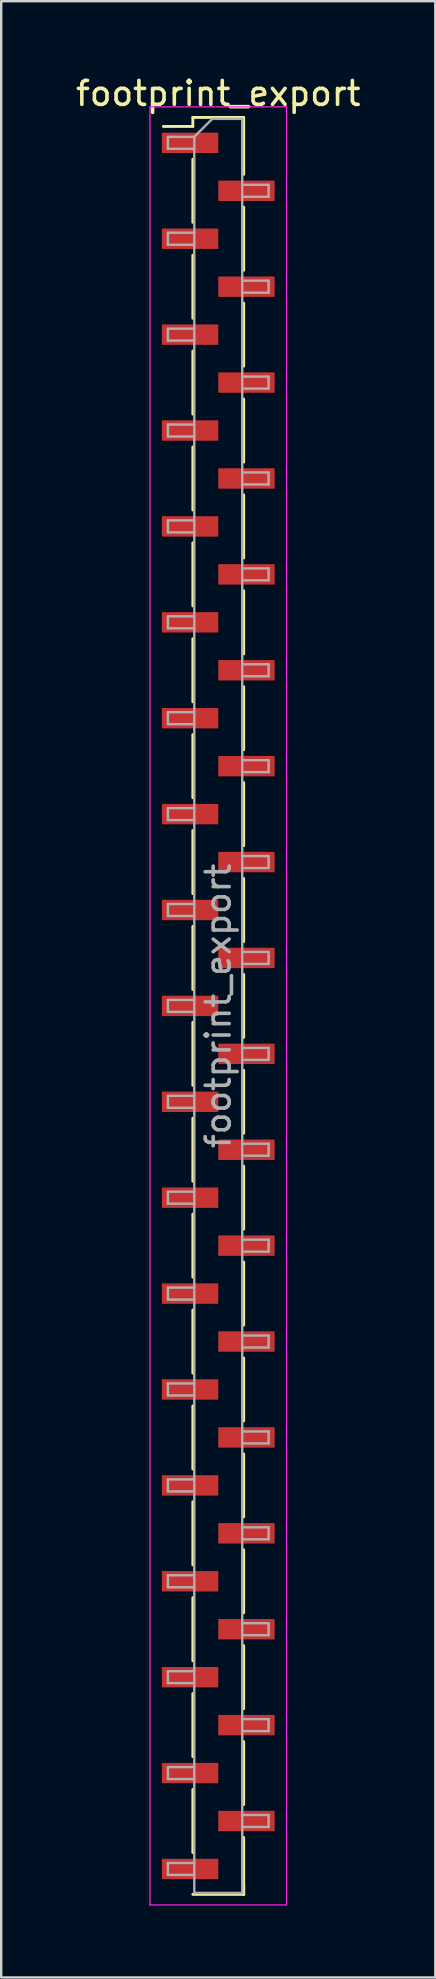
<source format=kicad_pcb>
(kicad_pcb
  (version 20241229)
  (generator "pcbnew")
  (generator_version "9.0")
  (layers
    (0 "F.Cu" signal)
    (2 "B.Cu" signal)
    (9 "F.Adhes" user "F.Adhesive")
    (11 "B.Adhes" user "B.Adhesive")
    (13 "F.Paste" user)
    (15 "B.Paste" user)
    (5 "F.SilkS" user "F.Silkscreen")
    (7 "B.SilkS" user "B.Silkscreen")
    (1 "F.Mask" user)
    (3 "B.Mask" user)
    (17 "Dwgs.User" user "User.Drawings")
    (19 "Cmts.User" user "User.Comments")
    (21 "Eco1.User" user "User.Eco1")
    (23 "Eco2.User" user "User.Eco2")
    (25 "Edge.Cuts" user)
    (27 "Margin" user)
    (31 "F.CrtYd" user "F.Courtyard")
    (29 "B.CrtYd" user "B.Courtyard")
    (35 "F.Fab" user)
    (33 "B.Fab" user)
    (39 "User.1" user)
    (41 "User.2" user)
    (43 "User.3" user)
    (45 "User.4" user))
  (footprint "footprint_export"
    (layer "F.Cu")
    (at 6.054 38.908)
    (property "Reference" "footprint_export" (at 0 -38.06 0) (layer "F.SilkS") (effects (font (size 1 1) (thickness 0.15))))
    (attr smd)
    (fp_line (start -1.06 -37.06) (end -1.06 -36.685) (stroke (width 0.12) (type solid)) (layer "F.SilkS"))
    (fp_line (start -1.06 -37.06) (end 1.06 -37.06) (stroke (width 0.12) (type solid)) (layer "F.SilkS"))
    (fp_line (start -1.06 -36.685) (end -2.29 -36.685) (stroke (width 0.12) (type solid)) (layer "F.SilkS"))
    (fp_line (start -1.06 -35.315) (end -1.06 -32.685) (stroke (width 0.12) (type solid)) (layer "F.SilkS"))
    (fp_line (start -1.06 -31.315) (end -1.06 -28.685) (stroke (width 0.12) (type solid)) (layer "F.SilkS"))
    (fp_line (start -1.06 -27.315) (end -1.06 -24.685) (stroke (width 0.12) (type solid)) (layer "F.SilkS"))
    (fp_line (start -1.06 -23.315) (end -1.06 -20.685) (stroke (width 0.12) (type solid)) (layer "F.SilkS"))
    (fp_line (start -1.06 -19.315) (end -1.06 -16.685) (stroke (width 0.12) (type solid)) (layer "F.SilkS"))
    (fp_line (start -1.06 -15.315) (end -1.06 -12.685) (stroke (width 0.12) (type solid)) (layer "F.SilkS"))
    (fp_line (start -1.06 -11.315) (end -1.06 -8.685) (stroke (width 0.12) (type solid)) (layer "F.SilkS"))
    (fp_line (start -1.06 -7.315) (end -1.06 -4.685) (stroke (width 0.12) (type solid)) (layer "F.SilkS"))
    (fp_line (start -1.06 -3.315) (end -1.06 -0.685) (stroke (width 0.12) (type solid)) (layer "F.SilkS"))
    (fp_line (start -1.06 0.685) (end -1.06 3.315) (stroke (width 0.12) (type solid)) (layer "F.SilkS"))
    (fp_line (start -1.06 4.685) (end -1.06 7.315) (stroke (width 0.12) (type solid)) (layer "F.SilkS"))
    (fp_line (start -1.06 8.685) (end -1.06 11.315) (stroke (width 0.12) (type solid)) (layer "F.SilkS"))
    (fp_line (start -1.06 12.685) (end -1.06 15.315) (stroke (width 0.12) (type solid)) (layer "F.SilkS"))
    (fp_line (start -1.06 16.685) (end -1.06 19.315) (stroke (width 0.12) (type solid)) (layer "F.SilkS"))
    (fp_line (start -1.06 20.685) (end -1.06 23.315) (stroke (width 0.12) (type solid)) (layer "F.SilkS"))
    (fp_line (start -1.06 24.685) (end -1.06 27.315) (stroke (width 0.12) (type solid)) (layer "F.SilkS"))
    (fp_line (start -1.06 28.685) (end -1.06 31.315) (stroke (width 0.12) (type solid)) (layer "F.SilkS"))
    (fp_line (start -1.06 32.685) (end -1.06 35.315) (stroke (width 0.12) (type solid)) (layer "F.SilkS"))
    (fp_line (start -1.06 37.06) (end 1.06 37.06) (stroke (width 0.12) (type solid)) (layer "F.SilkS"))
    (fp_line (start 1.06 -37.06) (end 1.06 -34.685) (stroke (width 0.12) (type solid)) (layer "F.SilkS"))
    (fp_line (start 1.06 -33.315) (end 1.06 -30.685) (stroke (width 0.12) (type solid)) (layer "F.SilkS"))
    (fp_line (start 1.06 -29.315) (end 1.06 -26.685) (stroke (width 0.12) (type solid)) (layer "F.SilkS"))
    (fp_line (start 1.06 -25.315) (end 1.06 -22.685) (stroke (width 0.12) (type solid)) (layer "F.SilkS"))
    (fp_line (start 1.06 -21.315) (end 1.06 -18.685) (stroke (width 0.12) (type solid)) (layer "F.SilkS"))
    (fp_line (start 1.06 -17.315) (end 1.06 -14.685) (stroke (width 0.12) (type solid)) (layer "F.SilkS"))
    (fp_line (start 1.06 -13.315) (end 1.06 -10.685) (stroke (width 0.12) (type solid)) (layer "F.SilkS"))
    (fp_line (start 1.06 -9.315) (end 1.06 -6.685) (stroke (width 0.12) (type solid)) (layer "F.SilkS"))
    (fp_line (start 1.06 -5.315) (end 1.06 -2.685) (stroke (width 0.12) (type solid)) (layer "F.SilkS"))
    (fp_line (start 1.06 -1.315) (end 1.06 1.315) (stroke (width 0.12) (type solid)) (layer "F.SilkS"))
    (fp_line (start 1.06 2.685) (end 1.06 5.315) (stroke (width 0.12) (type solid)) (layer "F.SilkS"))
    (fp_line (start 1.06 6.685) (end 1.06 9.315) (stroke (width 0.12) (type solid)) (layer "F.SilkS"))
    (fp_line (start 1.06 10.685) (end 1.06 13.315) (stroke (width 0.12) (type solid)) (layer "F.SilkS"))
    (fp_line (start 1.06 14.685) (end 1.06 17.315) (stroke (width 0.12) (type solid)) (layer "F.SilkS"))
    (fp_line (start 1.06 18.685) (end 1.06 21.315) (stroke (width 0.12) (type solid)) (layer "F.SilkS"))
    (fp_line (start 1.06 22.685) (end 1.06 25.315) (stroke (width 0.12) (type solid)) (layer "F.SilkS"))
    (fp_line (start 1.06 26.685) (end 1.06 29.315) (stroke (width 0.12) (type solid)) (layer "F.SilkS"))
    (fp_line (start 1.06 30.685) (end 1.06 33.315) (stroke (width 0.12) (type solid)) (layer "F.SilkS"))
    (fp_line (start 1.06 34.685) (end 1.06 37.06) (stroke (width 0.12) (type solid)) (layer "F.SilkS"))
    (fp_line (start 1.06 36.685) (end 1.06 37.06) (stroke (width 0.12) (type solid)) (layer "F.SilkS"))
    (fp_line (start -2.85 -37.5) (end -2.85 37.5) (stroke (width 0.05) (type solid)) (layer "F.CrtYd"))
    (fp_line (start -2.85 37.5) (end 2.85 37.5) (stroke (width 0.05) (type solid)) (layer "F.CrtYd"))
    (fp_line (start 2.85 -37.5) (end -2.85 -37.5) (stroke (width 0.05) (type solid)) (layer "F.CrtYd"))
    (fp_line (start 2.85 37.5) (end 2.85 -37.5) (stroke (width 0.05) (type solid)) (layer "F.CrtYd"))
    (fp_line (start -2.1 -36.25) (end -2.1 -35.75) (stroke (width 0.1) (type solid)) (layer "F.Fab"))
    (fp_line (start -2.1 -35.75) (end -1 -35.75) (stroke (width 0.1) (type solid)) (layer "F.Fab"))
    (fp_line (start -2.1 -32.25) (end -2.1 -31.75) (stroke (width 0.1) (type solid)) (layer "F.Fab"))
    (fp_line (start -2.1 -31.75) (end -1 -31.75) (stroke (width 0.1) (type solid)) (layer "F.Fab"))
    (fp_line (start -2.1 -28.25) (end -2.1 -27.75) (stroke (width 0.1) (type solid)) (layer "F.Fab"))
    (fp_line (start -2.1 -27.75) (end -1 -27.75) (stroke (width 0.1) (type solid)) (layer "F.Fab"))
    (fp_line (start -2.1 -24.25) (end -2.1 -23.75) (stroke (width 0.1) (type solid)) (layer "F.Fab"))
    (fp_line (start -2.1 -23.75) (end -1 -23.75) (stroke (width 0.1) (type solid)) (layer "F.Fab"))
    (fp_line (start -2.1 -20.25) (end -2.1 -19.75) (stroke (width 0.1) (type solid)) (layer "F.Fab"))
    (fp_line (start -2.1 -19.75) (end -1 -19.75) (stroke (width 0.1) (type solid)) (layer "F.Fab"))
    (fp_line (start -2.1 -16.25) (end -2.1 -15.75) (stroke (width 0.1) (type solid)) (layer "F.Fab"))
    (fp_line (start -2.1 -15.75) (end -1 -15.75) (stroke (width 0.1) (type solid)) (layer "F.Fab"))
    (fp_line (start -2.1 -12.25) (end -2.1 -11.75) (stroke (width 0.1) (type solid)) (layer "F.Fab"))
    (fp_line (start -2.1 -11.75) (end -1 -11.75) (stroke (width 0.1) (type solid)) (layer "F.Fab"))
    (fp_line (start -2.1 -8.25) (end -2.1 -7.75) (stroke (width 0.1) (type solid)) (layer "F.Fab"))
    (fp_line (start -2.1 -7.75) (end -1 -7.75) (stroke (width 0.1) (type solid)) (layer "F.Fab"))
    (fp_line (start -2.1 -4.25) (end -2.1 -3.75) (stroke (width 0.1) (type solid)) (layer "F.Fab"))
    (fp_line (start -2.1 -3.75) (end -1 -3.75) (stroke (width 0.1) (type solid)) (layer "F.Fab"))
    (fp_line (start -2.1 -0.25) (end -2.1 0.25) (stroke (width 0.1) (type solid)) (layer "F.Fab"))
    (fp_line (start -2.1 0.25) (end -1 0.25) (stroke (width 0.1) (type solid)) (layer "F.Fab"))
    (fp_line (start -2.1 3.75) (end -2.1 4.25) (stroke (width 0.1) (type solid)) (layer "F.Fab"))
    (fp_line (start -2.1 4.25) (end -1 4.25) (stroke (width 0.1) (type solid)) (layer "F.Fab"))
    (fp_line (start -2.1 7.75) (end -2.1 8.25) (stroke (width 0.1) (type solid)) (layer "F.Fab"))
    (fp_line (start -2.1 8.25) (end -1 8.25) (stroke (width 0.1) (type solid)) (layer "F.Fab"))
    (fp_line (start -2.1 11.75) (end -2.1 12.25) (stroke (width 0.1) (type solid)) (layer "F.Fab"))
    (fp_line (start -2.1 12.25) (end -1 12.25) (stroke (width 0.1) (type solid)) (layer "F.Fab"))
    (fp_line (start -2.1 15.75) (end -2.1 16.25) (stroke (width 0.1) (type solid)) (layer "F.Fab"))
    (fp_line (start -2.1 16.25) (end -1 16.25) (stroke (width 0.1) (type solid)) (layer "F.Fab"))
    (fp_line (start -2.1 19.75) (end -2.1 20.25) (stroke (width 0.1) (type solid)) (layer "F.Fab"))
    (fp_line (start -2.1 20.25) (end -1 20.25) (stroke (width 0.1) (type solid)) (layer "F.Fab"))
    (fp_line (start -2.1 23.75) (end -2.1 24.25) (stroke (width 0.1) (type solid)) (layer "F.Fab"))
    (fp_line (start -2.1 24.25) (end -1 24.25) (stroke (width 0.1) (type solid)) (layer "F.Fab"))
    (fp_line (start -2.1 27.75) (end -2.1 28.25) (stroke (width 0.1) (type solid)) (layer "F.Fab"))
    (fp_line (start -2.1 28.25) (end -1 28.25) (stroke (width 0.1) (type solid)) (layer "F.Fab"))
    (fp_line (start -2.1 31.75) (end -2.1 32.25) (stroke (width 0.1) (type solid)) (layer "F.Fab"))
    (fp_line (start -2.1 32.25) (end -1 32.25) (stroke (width 0.1) (type solid)) (layer "F.Fab"))
    (fp_line (start -2.1 35.75) (end -2.1 36.25) (stroke (width 0.1) (type solid)) (layer "F.Fab"))
    (fp_line (start -2.1 36.25) (end -1 36.25) (stroke (width 0.1) (type solid)) (layer "F.Fab"))
    (fp_line (start -1 -36.25) (end -2.1 -36.25) (stroke (width 0.1) (type solid)) (layer "F.Fab"))
    (fp_line (start -1 -36.25) (end -0.25 -37) (stroke (width 0.1) (type solid)) (layer "F.Fab"))
    (fp_line (start -1 -32.25) (end -2.1 -32.25) (stroke (width 0.1) (type solid)) (layer "F.Fab"))
    (fp_line (start -1 -28.25) (end -2.1 -28.25) (stroke (width 0.1) (type solid)) (layer "F.Fab"))
    (fp_line (start -1 -24.25) (end -2.1 -24.25) (stroke (width 0.1) (type solid)) (layer "F.Fab"))
    (fp_line (start -1 -20.25) (end -2.1 -20.25) (stroke (width 0.1) (type solid)) (layer "F.Fab"))
    (fp_line (start -1 -16.25) (end -2.1 -16.25) (stroke (width 0.1) (type solid)) (layer "F.Fab"))
    (fp_line (start -1 -12.25) (end -2.1 -12.25) (stroke (width 0.1) (type solid)) (layer "F.Fab"))
    (fp_line (start -1 -8.25) (end -2.1 -8.25) (stroke (width 0.1) (type solid)) (layer "F.Fab"))
    (fp_line (start -1 -4.25) (end -2.1 -4.25) (stroke (width 0.1) (type solid)) (layer "F.Fab"))
    (fp_line (start -1 -0.25) (end -2.1 -0.25) (stroke (width 0.1) (type solid)) (layer "F.Fab"))
    (fp_line (start -1 3.75) (end -2.1 3.75) (stroke (width 0.1) (type solid)) (layer "F.Fab"))
    (fp_line (start -1 7.75) (end -2.1 7.75) (stroke (width 0.1) (type solid)) (layer "F.Fab"))
    (fp_line (start -1 11.75) (end -2.1 11.75) (stroke (width 0.1) (type solid)) (layer "F.Fab"))
    (fp_line (start -1 15.75) (end -2.1 15.75) (stroke (width 0.1) (type solid)) (layer "F.Fab"))
    (fp_line (start -1 19.75) (end -2.1 19.75) (stroke (width 0.1) (type solid)) (layer "F.Fab"))
    (fp_line (start -1 23.75) (end -2.1 23.75) (stroke (width 0.1) (type solid)) (layer "F.Fab"))
    (fp_line (start -1 27.75) (end -2.1 27.75) (stroke (width 0.1) (type solid)) (layer "F.Fab"))
    (fp_line (start -1 31.75) (end -2.1 31.75) (stroke (width 0.1) (type solid)) (layer "F.Fab"))
    (fp_line (start -1 35.75) (end -2.1 35.75) (stroke (width 0.1) (type solid)) (layer "F.Fab"))
    (fp_line (start -1 37) (end -1 -36.25) (stroke (width 0.1) (type solid)) (layer "F.Fab"))
    (fp_line (start -0.25 -37) (end 1 -37) (stroke (width 0.1) (type solid)) (layer "F.Fab"))
    (fp_line (start 1 -37) (end 1 37) (stroke (width 0.1) (type solid)) (layer "F.Fab"))
    (fp_line (start 1 -34.25) (end 2.1 -34.25) (stroke (width 0.1) (type solid)) (layer "F.Fab"))
    (fp_line (start 1 -30.25) (end 2.1 -30.25) (stroke (width 0.1) (type solid)) (layer "F.Fab"))
    (fp_line (start 1 -26.25) (end 2.1 -26.25) (stroke (width 0.1) (type solid)) (layer "F.Fab"))
    (fp_line (start 1 -22.25) (end 2.1 -22.25) (stroke (width 0.1) (type solid)) (layer "F.Fab"))
    (fp_line (start 1 -18.25) (end 2.1 -18.25) (stroke (width 0.1) (type solid)) (layer "F.Fab"))
    (fp_line (start 1 -14.25) (end 2.1 -14.25) (stroke (width 0.1) (type solid)) (layer "F.Fab"))
    (fp_line (start 1 -10.25) (end 2.1 -10.25) (stroke (width 0.1) (type solid)) (layer "F.Fab"))
    (fp_line (start 1 -6.25) (end 2.1 -6.25) (stroke (width 0.1) (type solid)) (layer "F.Fab"))
    (fp_line (start 1 -2.25) (end 2.1 -2.25) (stroke (width 0.1) (type solid)) (layer "F.Fab"))
    (fp_line (start 1 1.75) (end 2.1 1.75) (stroke (width 0.1) (type solid)) (layer "F.Fab"))
    (fp_line (start 1 5.75) (end 2.1 5.75) (stroke (width 0.1) (type solid)) (layer "F.Fab"))
    (fp_line (start 1 9.75) (end 2.1 9.75) (stroke (width 0.1) (type solid)) (layer "F.Fab"))
    (fp_line (start 1 13.75) (end 2.1 13.75) (stroke (width 0.1) (type solid)) (layer "F.Fab"))
    (fp_line (start 1 17.75) (end 2.1 17.75) (stroke (width 0.1) (type solid)) (layer "F.Fab"))
    (fp_line (start 1 21.75) (end 2.1 21.75) (stroke (width 0.1) (type solid)) (layer "F.Fab"))
    (fp_line (start 1 25.75) (end 2.1 25.75) (stroke (width 0.1) (type solid)) (layer "F.Fab"))
    (fp_line (start 1 29.75) (end 2.1 29.75) (stroke (width 0.1) (type solid)) (layer "F.Fab"))
    (fp_line (start 1 33.75) (end 2.1 33.75) (stroke (width 0.1) (type solid)) (layer "F.Fab"))
    (fp_line (start 1 37) (end -1 37) (stroke (width 0.1) (type solid)) (layer "F.Fab"))
    (fp_line (start 2.1 -34.25) (end 2.1 -33.75) (stroke (width 0.1) (type solid)) (layer "F.Fab"))
    (fp_line (start 2.1 -33.75) (end 1 -33.75) (stroke (width 0.1) (type solid)) (layer "F.Fab"))
    (fp_line (start 2.1 -30.25) (end 2.1 -29.75) (stroke (width 0.1) (type solid)) (layer "F.Fab"))
    (fp_line (start 2.1 -29.75) (end 1 -29.75) (stroke (width 0.1) (type solid)) (layer "F.Fab"))
    (fp_line (start 2.1 -26.25) (end 2.1 -25.75) (stroke (width 0.1) (type solid)) (layer "F.Fab"))
    (fp_line (start 2.1 -25.75) (end 1 -25.75) (stroke (width 0.1) (type solid)) (layer "F.Fab"))
    (fp_line (start 2.1 -22.25) (end 2.1 -21.75) (stroke (width 0.1) (type solid)) (layer "F.Fab"))
    (fp_line (start 2.1 -21.75) (end 1 -21.75) (stroke (width 0.1) (type solid)) (layer "F.Fab"))
    (fp_line (start 2.1 -18.25) (end 2.1 -17.75) (stroke (width 0.1) (type solid)) (layer "F.Fab"))
    (fp_line (start 2.1 -17.75) (end 1 -17.75) (stroke (width 0.1) (type solid)) (layer "F.Fab"))
    (fp_line (start 2.1 -14.25) (end 2.1 -13.75) (stroke (width 0.1) (type solid)) (layer "F.Fab"))
    (fp_line (start 2.1 -13.75) (end 1 -13.75) (stroke (width 0.1) (type solid)) (layer "F.Fab"))
    (fp_line (start 2.1 -10.25) (end 2.1 -9.75) (stroke (width 0.1) (type solid)) (layer "F.Fab"))
    (fp_line (start 2.1 -9.75) (end 1 -9.75) (stroke (width 0.1) (type solid)) (layer "F.Fab"))
    (fp_line (start 2.1 -6.25) (end 2.1 -5.75) (stroke (width 0.1) (type solid)) (layer "F.Fab"))
    (fp_line (start 2.1 -5.75) (end 1 -5.75) (stroke (width 0.1) (type solid)) (layer "F.Fab"))
    (fp_line (start 2.1 -2.25) (end 2.1 -1.75) (stroke (width 0.1) (type solid)) (layer "F.Fab"))
    (fp_line (start 2.1 -1.75) (end 1 -1.75) (stroke (width 0.1) (type solid)) (layer "F.Fab"))
    (fp_line (start 2.1 1.75) (end 2.1 2.25) (stroke (width 0.1) (type solid)) (layer "F.Fab"))
    (fp_line (start 2.1 2.25) (end 1 2.25) (stroke (width 0.1) (type solid)) (layer "F.Fab"))
    (fp_line (start 2.1 5.75) (end 2.1 6.25) (stroke (width 0.1) (type solid)) (layer "F.Fab"))
    (fp_line (start 2.1 6.25) (end 1 6.25) (stroke (width 0.1) (type solid)) (layer "F.Fab"))
    (fp_line (start 2.1 9.75) (end 2.1 10.25) (stroke (width 0.1) (type solid)) (layer "F.Fab"))
    (fp_line (start 2.1 10.25) (end 1 10.25) (stroke (width 0.1) (type solid)) (layer "F.Fab"))
    (fp_line (start 2.1 13.75) (end 2.1 14.25) (stroke (width 0.1) (type solid)) (layer "F.Fab"))
    (fp_line (start 2.1 14.25) (end 1 14.25) (stroke (width 0.1) (type solid)) (layer "F.Fab"))
    (fp_line (start 2.1 17.75) (end 2.1 18.25) (stroke (width 0.1) (type solid)) (layer "F.Fab"))
    (fp_line (start 2.1 18.25) (end 1 18.25) (stroke (width 0.1) (type solid)) (layer "F.Fab"))
    (fp_line (start 2.1 21.75) (end 2.1 22.25) (stroke (width 0.1) (type solid)) (layer "F.Fab"))
    (fp_line (start 2.1 22.25) (end 1 22.25) (stroke (width 0.1) (type solid)) (layer "F.Fab"))
    (fp_line (start 2.1 25.75) (end 2.1 26.25) (stroke (width 0.1) (type solid)) (layer "F.Fab"))
    (fp_line (start 2.1 26.25) (end 1 26.25) (stroke (width 0.1) (type solid)) (layer "F.Fab"))
    (fp_line (start 2.1 29.75) (end 2.1 30.25) (stroke (width 0.1) (type solid)) (layer "F.Fab"))
    (fp_line (start 2.1 30.25) (end 1 30.25) (stroke (width 0.1) (type solid)) (layer "F.Fab"))
    (fp_line (start 2.1 33.75) (end 2.1 34.25) (stroke (width 0.1) (type solid)) (layer "F.Fab"))
    (fp_line (start 2.1 34.25) (end 1 34.25) (stroke (width 0.1) (type solid)) (layer "F.Fab"))
    (fp_text user "${REFERENCE}" (at 0 0 90) (layer "F.Fab") (effects (font (size 1 1) (thickness 0.15))))
    (pad "1" smd rect (at -1.175 -36) (size 2.35 0.85) (layers "F.Cu" "F.Mask" "F.Paste"))
    (pad "2" smd rect (at 1.175 -34) (size 2.35 0.85) (layers "F.Cu" "F.Mask" "F.Paste"))
    (pad "3" smd rect (at -1.175 -32) (size 2.35 0.85) (layers "F.Cu" "F.Mask" "F.Paste"))
    (pad "4" smd rect (at 1.175 -30) (size 2.35 0.85) (layers "F.Cu" "F.Mask" "F.Paste"))
    (pad "5" smd rect (at -1.175 -28) (size 2.35 0.85) (layers "F.Cu" "F.Mask" "F.Paste"))
    (pad "6" smd rect (at 1.175 -26) (size 2.35 0.85) (layers "F.Cu" "F.Mask" "F.Paste"))
    (pad "7" smd rect (at -1.175 -24) (size 2.35 0.85) (layers "F.Cu" "F.Mask" "F.Paste"))
    (pad "8" smd rect (at 1.175 -22) (size 2.35 0.85) (layers "F.Cu" "F.Mask" "F.Paste"))
    (pad "9" smd rect (at -1.175 -20) (size 2.35 0.85) (layers "F.Cu" "F.Mask" "F.Paste"))
    (pad "10" smd rect (at 1.175 -18) (size 2.35 0.85) (layers "F.Cu" "F.Mask" "F.Paste"))
    (pad "11" smd rect (at -1.175 -16) (size 2.35 0.85) (layers "F.Cu" "F.Mask" "F.Paste"))
    (pad "12" smd rect (at 1.175 -14) (size 2.35 0.85) (layers "F.Cu" "F.Mask" "F.Paste"))
    (pad "13" smd rect (at -1.175 -12) (size 2.35 0.85) (layers "F.Cu" "F.Mask" "F.Paste"))
    (pad "14" smd rect (at 1.175 -10) (size 2.35 0.85) (layers "F.Cu" "F.Mask" "F.Paste"))
    (pad "15" smd rect (at -1.175 -8) (size 2.35 0.85) (layers "F.Cu" "F.Mask" "F.Paste"))
    (pad "16" smd rect (at 1.175 -6) (size 2.35 0.85) (layers "F.Cu" "F.Mask" "F.Paste"))
    (pad "17" smd rect (at -1.175 -4) (size 2.35 0.85) (layers "F.Cu" "F.Mask" "F.Paste"))
    (pad "18" smd rect (at 1.175 -2) (size 2.35 0.85) (layers "F.Cu" "F.Mask" "F.Paste"))
    (pad "19" smd rect (at -1.175 0) (size 2.35 0.85) (layers "F.Cu" "F.Mask" "F.Paste"))
    (pad "20" smd rect (at 1.175 2) (size 2.35 0.85) (layers "F.Cu" "F.Mask" "F.Paste"))
    (pad "21" smd rect (at -1.175 4) (size 2.35 0.85) (layers "F.Cu" "F.Mask" "F.Paste"))
    (pad "22" smd rect (at 1.175 6) (size 2.35 0.85) (layers "F.Cu" "F.Mask" "F.Paste"))
    (pad "23" smd rect (at -1.175 8) (size 2.35 0.85) (layers "F.Cu" "F.Mask" "F.Paste"))
    (pad "24" smd rect (at 1.175 10) (size 2.35 0.85) (layers "F.Cu" "F.Mask" "F.Paste"))
    (pad "25" smd rect (at -1.175 12) (size 2.35 0.85) (layers "F.Cu" "F.Mask" "F.Paste"))
    (pad "26" smd rect (at 1.175 14) (size 2.35 0.85) (layers "F.Cu" "F.Mask" "F.Paste"))
    (pad "27" smd rect (at -1.175 16) (size 2.35 0.85) (layers "F.Cu" "F.Mask" "F.Paste"))
    (pad "28" smd rect (at 1.175 18) (size 2.35 0.85) (layers "F.Cu" "F.Mask" "F.Paste"))
    (pad "29" smd rect (at -1.175 20) (size 2.35 0.85) (layers "F.Cu" "F.Mask" "F.Paste"))
    (pad "30" smd rect (at 1.175 22) (size 2.35 0.85) (layers "F.Cu" "F.Mask" "F.Paste"))
    (pad "31" smd rect (at -1.175 24) (size 2.35 0.85) (layers "F.Cu" "F.Mask" "F.Paste"))
    (pad "32" smd rect (at 1.175 26) (size 2.35 0.85) (layers "F.Cu" "F.Mask" "F.Paste"))
    (pad "33" smd rect (at -1.175 28) (size 2.35 0.85) (layers "F.Cu" "F.Mask" "F.Paste"))
    (pad "34" smd rect (at 1.175 30) (size 2.35 0.85) (layers "F.Cu" "F.Mask" "F.Paste"))
    (pad "35" smd rect (at -1.175 32) (size 2.35 0.85) (layers "F.Cu" "F.Mask" "F.Paste"))
    (pad "36" smd rect (at 1.175 34) (size 2.35 0.85) (layers "F.Cu" "F.Mask" "F.Paste"))
    (pad "37" smd rect (at -1.175 36) (size 2.35 0.85) (layers "F.Cu" "F.Mask" "F.Paste")))
  (gr_rect
    (start -3 -3)
    (end 15.107 79.433)
    (stroke (width 0.1) (type default))
    (fill no)
    (layer "Edge.Cuts")))
</source>
